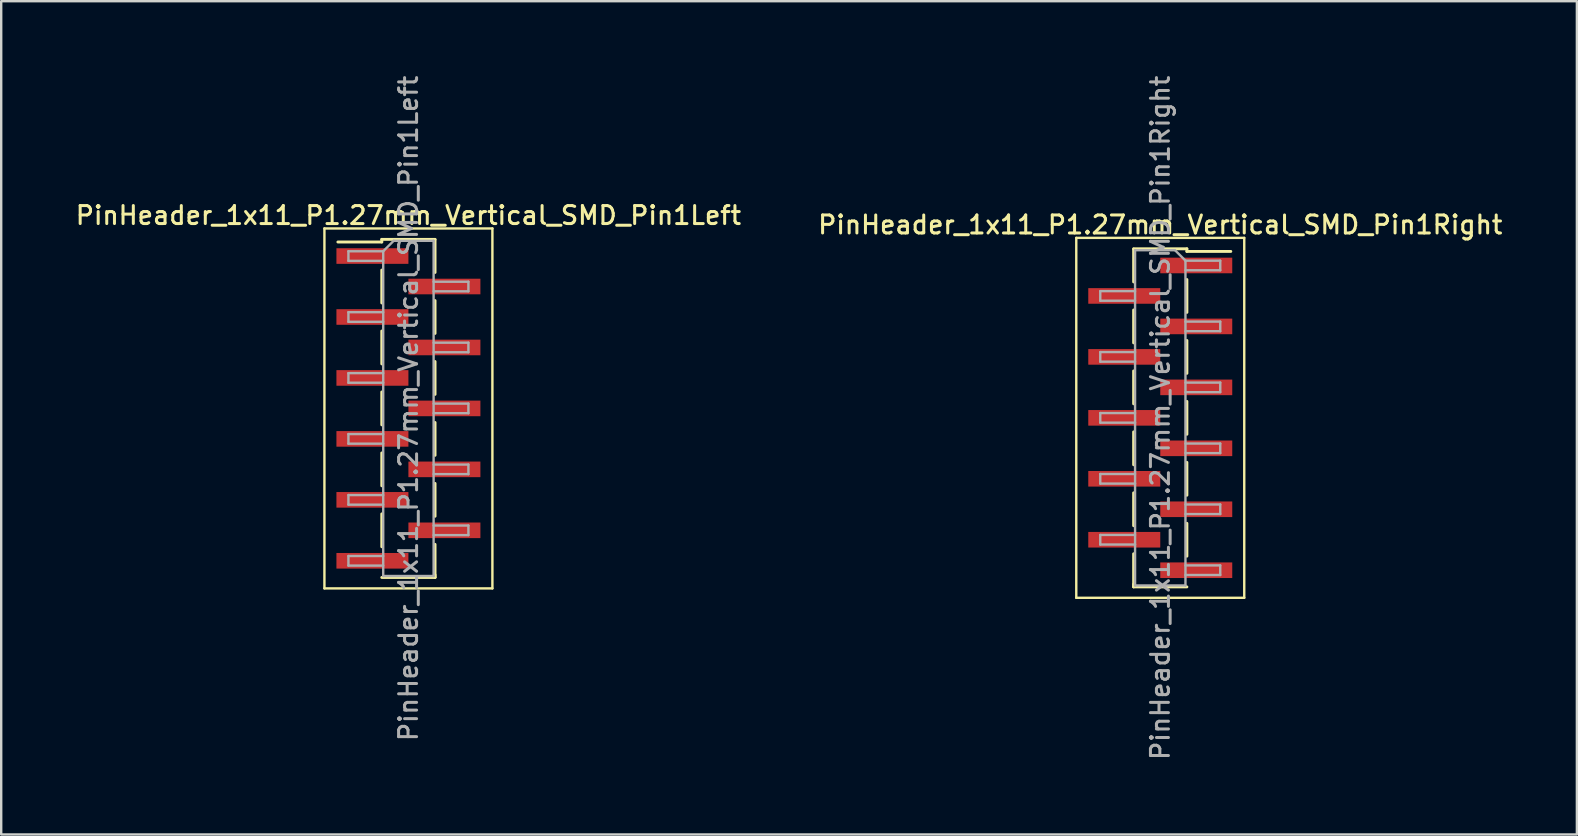
<source format=kicad_pcb>
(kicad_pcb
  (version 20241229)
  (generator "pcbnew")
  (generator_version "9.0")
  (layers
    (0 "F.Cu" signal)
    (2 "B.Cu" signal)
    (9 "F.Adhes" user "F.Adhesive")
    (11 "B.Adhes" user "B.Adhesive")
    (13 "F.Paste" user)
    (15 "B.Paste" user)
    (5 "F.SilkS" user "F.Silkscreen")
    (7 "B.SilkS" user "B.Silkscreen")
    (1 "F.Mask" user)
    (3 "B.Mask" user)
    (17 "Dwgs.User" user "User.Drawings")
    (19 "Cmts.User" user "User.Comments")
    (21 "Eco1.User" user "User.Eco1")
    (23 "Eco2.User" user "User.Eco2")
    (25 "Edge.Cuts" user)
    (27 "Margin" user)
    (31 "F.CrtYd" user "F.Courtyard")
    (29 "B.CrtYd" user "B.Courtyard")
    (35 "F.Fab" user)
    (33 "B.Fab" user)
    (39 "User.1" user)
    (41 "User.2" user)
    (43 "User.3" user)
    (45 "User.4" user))
  (footprint "PinHeader_1x11_P1.27mm_Vertical_SMD_Pin1Right"
    (layer "F.Cu")
    (at 45.302 14.363)
    (property "Reference" "PinHeader_1x11_P1.27mm_Vertical_SMD_Pin1Right" (at 0 -8.045 0) (layer "F.SilkS") (effects (font (size 0.75 0.75) (thickness 0.125))))
    (attr smd)
    (fp_line (start -3.5 -7.5) (end -3.5 7.5) (stroke (width 0.1) (type solid)) (layer "F.SilkS"))
    (fp_line (start -3.5 7.5) (end 3.5 7.5) (stroke (width 0.1) (type solid)) (layer "F.SilkS"))
    (fp_line (start -1.11 -7.045) (end 1.11 -7.045) (stroke (width 0.12) (type solid)) (layer "F.SilkS"))
    (fp_line (start -1.11 -7.035) (end -1.11 -5.665) (stroke (width 0.12) (type solid)) (layer "F.SilkS"))
    (fp_line (start -1.11 -4.495) (end -1.11 -3.125) (stroke (width 0.12) (type solid)) (layer "F.SilkS"))
    (fp_line (start -1.11 -1.955) (end -1.11 -0.585) (stroke (width 0.12) (type solid)) (layer "F.SilkS"))
    (fp_line (start -1.11 0.585) (end -1.11 1.955) (stroke (width 0.12) (type solid)) (layer "F.SilkS"))
    (fp_line (start -1.11 3.125) (end -1.11 4.495) (stroke (width 0.12) (type solid)) (layer "F.SilkS"))
    (fp_line (start -1.11 5.665) (end -1.11 7.035) (stroke (width 0.12) (type solid)) (layer "F.SilkS"))
    (fp_line (start -1.11 6.935) (end -1.11 7.045) (stroke (width 0.12) (type solid)) (layer "F.SilkS"))
    (fp_line (start -1.11 7.045) (end 1.11 7.045) (stroke (width 0.12) (type solid)) (layer "F.SilkS"))
    (fp_line (start 1.11 -7.045) (end 1.11 -6.935) (stroke (width 0.12) (type solid)) (layer "F.SilkS"))
    (fp_line (start 1.11 -6.935) (end 2.94 -6.935) (stroke (width 0.12) (type solid)) (layer "F.SilkS"))
    (fp_line (start 1.11 -5.765) (end 1.11 -4.395) (stroke (width 0.12) (type solid)) (layer "F.SilkS"))
    (fp_line (start 1.11 -3.225) (end 1.11 -1.855) (stroke (width 0.12) (type solid)) (layer "F.SilkS"))
    (fp_line (start 1.11 -0.685) (end 1.11 0.685) (stroke (width 0.12) (type solid)) (layer "F.SilkS"))
    (fp_line (start 1.11 1.855) (end 1.11 3.225) (stroke (width 0.12) (type solid)) (layer "F.SilkS"))
    (fp_line (start 1.11 4.395) (end 1.11 5.765) (stroke (width 0.12) (type solid)) (layer "F.SilkS"))
    (fp_line (start 3.5 -7.5) (end -3.5 -7.5) (stroke (width 0.1) (type solid)) (layer "F.SilkS"))
    (fp_line (start 3.5 7.5) (end 3.5 -7.5) (stroke (width 0.1) (type solid)) (layer "F.SilkS"))
    (fp_line (start -2.5 -5.28) (end -2.5 -4.88) (stroke (width 0.1) (type solid)) (layer "F.Fab"))
    (fp_line (start -2.5 -4.88) (end -1.05 -4.88) (stroke (width 0.1) (type solid)) (layer "F.Fab"))
    (fp_line (start -2.5 -2.74) (end -2.5 -2.34) (stroke (width 0.1) (type solid)) (layer "F.Fab"))
    (fp_line (start -2.5 -2.34) (end -1.05 -2.34) (stroke (width 0.1) (type solid)) (layer "F.Fab"))
    (fp_line (start -2.5 -0.2) (end -2.5 0.2) (stroke (width 0.1) (type solid)) (layer "F.Fab"))
    (fp_line (start -2.5 0.2) (end -1.05 0.2) (stroke (width 0.1) (type solid)) (layer "F.Fab"))
    (fp_line (start -2.5 2.34) (end -2.5 2.74) (stroke (width 0.1) (type solid)) (layer "F.Fab"))
    (fp_line (start -2.5 2.74) (end -1.05 2.74) (stroke (width 0.1) (type solid)) (layer "F.Fab"))
    (fp_line (start -2.5 4.88) (end -2.5 5.28) (stroke (width 0.1) (type solid)) (layer "F.Fab"))
    (fp_line (start -2.5 5.28) (end -1.05 5.28) (stroke (width 0.1) (type solid)) (layer "F.Fab"))
    (fp_line (start -1.05 -6.985) (end -1.05 6.985) (stroke (width 0.1) (type solid)) (layer "F.Fab"))
    (fp_line (start -1.05 -6.985) (end 0.615 -6.985) (stroke (width 0.1) (type solid)) (layer "F.Fab"))
    (fp_line (start -1.05 -5.28) (end -2.5 -5.28) (stroke (width 0.1) (type solid)) (layer "F.Fab"))
    (fp_line (start -1.05 -2.74) (end -2.5 -2.74) (stroke (width 0.1) (type solid)) (layer "F.Fab"))
    (fp_line (start -1.05 -0.2) (end -2.5 -0.2) (stroke (width 0.1) (type solid)) (layer "F.Fab"))
    (fp_line (start -1.05 2.34) (end -2.5 2.34) (stroke (width 0.1) (type solid)) (layer "F.Fab"))
    (fp_line (start -1.05 4.88) (end -2.5 4.88) (stroke (width 0.1) (type solid)) (layer "F.Fab"))
    (fp_line (start 1.05 -6.55) (end 0.615 -6.985) (stroke (width 0.1) (type solid)) (layer "F.Fab"))
    (fp_line (start 1.05 -6.55) (end 2.5 -6.55) (stroke (width 0.1) (type solid)) (layer "F.Fab"))
    (fp_line (start 1.05 -4.01) (end 2.5 -4.01) (stroke (width 0.1) (type solid)) (layer "F.Fab"))
    (fp_line (start 1.05 -1.47) (end 2.5 -1.47) (stroke (width 0.1) (type solid)) (layer "F.Fab"))
    (fp_line (start 1.05 1.07) (end 2.5 1.07) (stroke (width 0.1) (type solid)) (layer "F.Fab"))
    (fp_line (start 1.05 3.61) (end 2.5 3.61) (stroke (width 0.1) (type solid)) (layer "F.Fab"))
    (fp_line (start 1.05 6.15) (end 2.5 6.15) (stroke (width 0.1) (type solid)) (layer "F.Fab"))
    (fp_line (start 1.05 6.985) (end -1.05 6.985) (stroke (width 0.1) (type solid)) (layer "F.Fab"))
    (fp_line (start 1.05 6.985) (end 1.05 -6.55) (stroke (width 0.1) (type solid)) (layer "F.Fab"))
    (fp_line (start 2.5 -6.55) (end 2.5 -6.15) (stroke (width 0.1) (type solid)) (layer "F.Fab"))
    (fp_line (start 2.5 -6.15) (end 1.05 -6.15) (stroke (width 0.1) (type solid)) (layer "F.Fab"))
    (fp_line (start 2.5 -4.01) (end 2.5 -3.61) (stroke (width 0.1) (type solid)) (layer "F.Fab"))
    (fp_line (start 2.5 -3.61) (end 1.05 -3.61) (stroke (width 0.1) (type solid)) (layer "F.Fab"))
    (fp_line (start 2.5 -1.47) (end 2.5 -1.07) (stroke (width 0.1) (type solid)) (layer "F.Fab"))
    (fp_line (start 2.5 -1.07) (end 1.05 -1.07) (stroke (width 0.1) (type solid)) (layer "F.Fab"))
    (fp_line (start 2.5 1.07) (end 2.5 1.47) (stroke (width 0.1) (type solid)) (layer "F.Fab"))
    (fp_line (start 2.5 1.47) (end 1.05 1.47) (stroke (width 0.1) (type solid)) (layer "F.Fab"))
    (fp_line (start 2.5 3.61) (end 2.5 4.01) (stroke (width 0.1) (type solid)) (layer "F.Fab"))
    (fp_line (start 2.5 4.01) (end 1.05 4.01) (stroke (width 0.1) (type solid)) (layer "F.Fab"))
    (fp_line (start 2.5 6.15) (end 2.5 6.55) (stroke (width 0.1) (type solid)) (layer "F.Fab"))
    (fp_line (start 2.5 6.55) (end 1.05 6.55) (stroke (width 0.1) (type solid)) (layer "F.Fab"))
    (fp_text user "${REFERENCE}" (at 0 0 90) (layer "F.Fab") (effects (font (size 0.75 0.75) (thickness 0.125))))
    (pad "1" smd rect (at 1.5 -6.35) (size 3 0.65) (layers "F.Cu" "F.Mask" "F.Paste"))
    (pad "2" smd rect (at -1.5 -5.08) (size 3 0.65) (layers "F.Cu" "F.Mask" "F.Paste"))
    (pad "3" smd rect (at 1.5 -3.81) (size 3 0.65) (layers "F.Cu" "F.Mask" "F.Paste"))
    (pad "4" smd rect (at -1.5 -2.54) (size 3 0.65) (layers "F.Cu" "F.Mask" "F.Paste"))
    (pad "5" smd rect (at 1.5 -1.27) (size 3 0.65) (layers "F.Cu" "F.Mask" "F.Paste"))
    (pad "6" smd rect (at -1.5 0) (size 3 0.65) (layers "F.Cu" "F.Mask" "F.Paste"))
    (pad "7" smd rect (at 1.5 1.27) (size 3 0.65) (layers "F.Cu" "F.Mask" "F.Paste"))
    (pad "8" smd rect (at -1.5 2.54) (size 3 0.65) (layers "F.Cu" "F.Mask" "F.Paste"))
    (pad "9" smd rect (at 1.5 3.81) (size 3 0.65) (layers "F.Cu" "F.Mask" "F.Paste"))
    (pad "10" smd rect (at -1.5 5.08) (size 3 0.65) (layers "F.Cu" "F.Mask" "F.Paste"))
    (pad "11" smd rect (at 1.5 6.35) (size 3 0.65) (layers "F.Cu" "F.Mask" "F.Paste")))
  (footprint "PinHeader_1x11_P1.27mm_Vertical_SMD_Pin1Left"
    (layer "F.Cu")
    (at 13.97 13.97)
    (property "Reference" "PinHeader_1x11_P1.27mm_Vertical_SMD_Pin1Left" (at 0 -8.045 0) (layer "F.SilkS") (effects (font (size 0.75 0.75) (thickness 0.125))))
    (attr smd)
    (fp_line (start -3.5 -7.5) (end -3.5 7.5) (stroke (width 0.1) (type solid)) (layer "F.SilkS"))
    (fp_line (start -3.5 7.5) (end 3.5 7.5) (stroke (width 0.1) (type solid)) (layer "F.SilkS"))
    (fp_line (start -1.11 -7.045) (end -1.11 -6.935) (stroke (width 0.12) (type solid)) (layer "F.SilkS"))
    (fp_line (start -1.11 -7.045) (end 1.11 -7.045) (stroke (width 0.12) (type solid)) (layer "F.SilkS"))
    (fp_line (start -1.11 -6.935) (end -2.94 -6.935) (stroke (width 0.12) (type solid)) (layer "F.SilkS"))
    (fp_line (start -1.11 -5.765) (end -1.11 -4.395) (stroke (width 0.12) (type solid)) (layer "F.SilkS"))
    (fp_line (start -1.11 -3.225) (end -1.11 -1.855) (stroke (width 0.12) (type solid)) (layer "F.SilkS"))
    (fp_line (start -1.11 -0.685) (end -1.11 0.685) (stroke (width 0.12) (type solid)) (layer "F.SilkS"))
    (fp_line (start -1.11 1.855) (end -1.11 3.225) (stroke (width 0.12) (type solid)) (layer "F.SilkS"))
    (fp_line (start -1.11 4.395) (end -1.11 5.765) (stroke (width 0.12) (type solid)) (layer "F.SilkS"))
    (fp_line (start -1.11 7.045) (end 1.11 7.045) (stroke (width 0.12) (type solid)) (layer "F.SilkS"))
    (fp_line (start 1.11 -7.035) (end 1.11 -5.665) (stroke (width 0.12) (type solid)) (layer "F.SilkS"))
    (fp_line (start 1.11 -4.495) (end 1.11 -3.125) (stroke (width 0.12) (type solid)) (layer "F.SilkS"))
    (fp_line (start 1.11 -1.955) (end 1.11 -0.585) (stroke (width 0.12) (type solid)) (layer "F.SilkS"))
    (fp_line (start 1.11 0.585) (end 1.11 1.955) (stroke (width 0.12) (type solid)) (layer "F.SilkS"))
    (fp_line (start 1.11 3.125) (end 1.11 4.495) (stroke (width 0.12) (type solid)) (layer "F.SilkS"))
    (fp_line (start 1.11 5.665) (end 1.11 7.035) (stroke (width 0.12) (type solid)) (layer "F.SilkS"))
    (fp_line (start 1.11 6.935) (end 1.11 7.045) (stroke (width 0.12) (type solid)) (layer "F.SilkS"))
    (fp_line (start 3.5 -7.5) (end -3.5 -7.5) (stroke (width 0.1) (type solid)) (layer "F.SilkS"))
    (fp_line (start 3.5 7.5) (end 3.5 -7.5) (stroke (width 0.1) (type solid)) (layer "F.SilkS"))
    (fp_line (start -2.5 -6.55) (end -2.5 -6.15) (stroke (width 0.1) (type solid)) (layer "F.Fab"))
    (fp_line (start -2.5 -6.15) (end -1.05 -6.15) (stroke (width 0.1) (type solid)) (layer "F.Fab"))
    (fp_line (start -2.5 -4.01) (end -2.5 -3.61) (stroke (width 0.1) (type solid)) (layer "F.Fab"))
    (fp_line (start -2.5 -3.61) (end -1.05 -3.61) (stroke (width 0.1) (type solid)) (layer "F.Fab"))
    (fp_line (start -2.5 -1.47) (end -2.5 -1.07) (stroke (width 0.1) (type solid)) (layer "F.Fab"))
    (fp_line (start -2.5 -1.07) (end -1.05 -1.07) (stroke (width 0.1) (type solid)) (layer "F.Fab"))
    (fp_line (start -2.5 1.07) (end -2.5 1.47) (stroke (width 0.1) (type solid)) (layer "F.Fab"))
    (fp_line (start -2.5 1.47) (end -1.05 1.47) (stroke (width 0.1) (type solid)) (layer "F.Fab"))
    (fp_line (start -2.5 3.61) (end -2.5 4.01) (stroke (width 0.1) (type solid)) (layer "F.Fab"))
    (fp_line (start -2.5 4.01) (end -1.05 4.01) (stroke (width 0.1) (type solid)) (layer "F.Fab"))
    (fp_line (start -2.5 6.15) (end -2.5 6.55) (stroke (width 0.1) (type solid)) (layer "F.Fab"))
    (fp_line (start -2.5 6.55) (end -1.05 6.55) (stroke (width 0.1) (type solid)) (layer "F.Fab"))
    (fp_line (start -1.05 -6.55) (end -2.5 -6.55) (stroke (width 0.1) (type solid)) (layer "F.Fab"))
    (fp_line (start -1.05 -6.55) (end -0.615 -6.985) (stroke (width 0.1) (type solid)) (layer "F.Fab"))
    (fp_line (start -1.05 -4.01) (end -2.5 -4.01) (stroke (width 0.1) (type solid)) (layer "F.Fab"))
    (fp_line (start -1.05 -1.47) (end -2.5 -1.47) (stroke (width 0.1) (type solid)) (layer "F.Fab"))
    (fp_line (start -1.05 1.07) (end -2.5 1.07) (stroke (width 0.1) (type solid)) (layer "F.Fab"))
    (fp_line (start -1.05 3.61) (end -2.5 3.61) (stroke (width 0.1) (type solid)) (layer "F.Fab"))
    (fp_line (start -1.05 6.15) (end -2.5 6.15) (stroke (width 0.1) (type solid)) (layer "F.Fab"))
    (fp_line (start -1.05 6.985) (end -1.05 -6.55) (stroke (width 0.1) (type solid)) (layer "F.Fab"))
    (fp_line (start -0.615 -6.985) (end 1.05 -6.985) (stroke (width 0.1) (type solid)) (layer "F.Fab"))
    (fp_line (start 1.05 -6.985) (end 1.05 6.985) (stroke (width 0.1) (type solid)) (layer "F.Fab"))
    (fp_line (start 1.05 -5.28) (end 2.5 -5.28) (stroke (width 0.1) (type solid)) (layer "F.Fab"))
    (fp_line (start 1.05 -2.74) (end 2.5 -2.74) (stroke (width 0.1) (type solid)) (layer "F.Fab"))
    (fp_line (start 1.05 -0.2) (end 2.5 -0.2) (stroke (width 0.1) (type solid)) (layer "F.Fab"))
    (fp_line (start 1.05 2.34) (end 2.5 2.34) (stroke (width 0.1) (type solid)) (layer "F.Fab"))
    (fp_line (start 1.05 4.88) (end 2.5 4.88) (stroke (width 0.1) (type solid)) (layer "F.Fab"))
    (fp_line (start 1.05 6.985) (end -1.05 6.985) (stroke (width 0.1) (type solid)) (layer "F.Fab"))
    (fp_line (start 2.5 -5.28) (end 2.5 -4.88) (stroke (width 0.1) (type solid)) (layer "F.Fab"))
    (fp_line (start 2.5 -4.88) (end 1.05 -4.88) (stroke (width 0.1) (type solid)) (layer "F.Fab"))
    (fp_line (start 2.5 -2.74) (end 2.5 -2.34) (stroke (width 0.1) (type solid)) (layer "F.Fab"))
    (fp_line (start 2.5 -2.34) (end 1.05 -2.34) (stroke (width 0.1) (type solid)) (layer "F.Fab"))
    (fp_line (start 2.5 -0.2) (end 2.5 0.2) (stroke (width 0.1) (type solid)) (layer "F.Fab"))
    (fp_line (start 2.5 0.2) (end 1.05 0.2) (stroke (width 0.1) (type solid)) (layer "F.Fab"))
    (fp_line (start 2.5 2.34) (end 2.5 2.74) (stroke (width 0.1) (type solid)) (layer "F.Fab"))
    (fp_line (start 2.5 2.74) (end 1.05 2.74) (stroke (width 0.1) (type solid)) (layer "F.Fab"))
    (fp_line (start 2.5 4.88) (end 2.5 5.28) (stroke (width 0.1) (type solid)) (layer "F.Fab"))
    (fp_line (start 2.5 5.28) (end 1.05 5.28) (stroke (width 0.1) (type solid)) (layer "F.Fab"))
    (fp_text user "${REFERENCE}" (at 0 0 90) (layer "F.Fab") (effects (font (size 0.75 0.75) (thickness 0.125))))
    (pad "1" smd rect (at -1.5 -6.35) (size 3 0.65) (layers "F.Cu" "F.Mask" "F.Paste"))
    (pad "2" smd rect (at 1.5 -5.08) (size 3 0.65) (layers "F.Cu" "F.Mask" "F.Paste"))
    (pad "3" smd rect (at -1.5 -3.81) (size 3 0.65) (layers "F.Cu" "F.Mask" "F.Paste"))
    (pad "4" smd rect (at 1.5 -2.54) (size 3 0.65) (layers "F.Cu" "F.Mask" "F.Paste"))
    (pad "5" smd rect (at -1.5 -1.27) (size 3 0.65) (layers "F.Cu" "F.Mask" "F.Paste"))
    (pad "6" smd rect (at 1.5 0) (size 3 0.65) (layers "F.Cu" "F.Mask" "F.Paste"))
    (pad "7" smd rect (at -1.5 1.27) (size 3 0.65) (layers "F.Cu" "F.Mask" "F.Paste"))
    (pad "8" smd rect (at 1.5 2.54) (size 3 0.65) (layers "F.Cu" "F.Mask" "F.Paste"))
    (pad "9" smd rect (at -1.5 3.81) (size 3 0.65) (layers "F.Cu" "F.Mask" "F.Paste"))
    (pad "10" smd rect (at 1.5 5.08) (size 3 0.65) (layers "F.Cu" "F.Mask" "F.Paste"))
    (pad "11" smd rect (at -1.5 6.35) (size 3 0.65) (layers "F.Cu" "F.Mask" "F.Paste")))
  (gr_rect
    (start -3 -3)
    (end 62.664 31.725)
    (stroke (width 0.1) (type default))
    (fill no)
    (layer "Edge.Cuts")))
</source>
